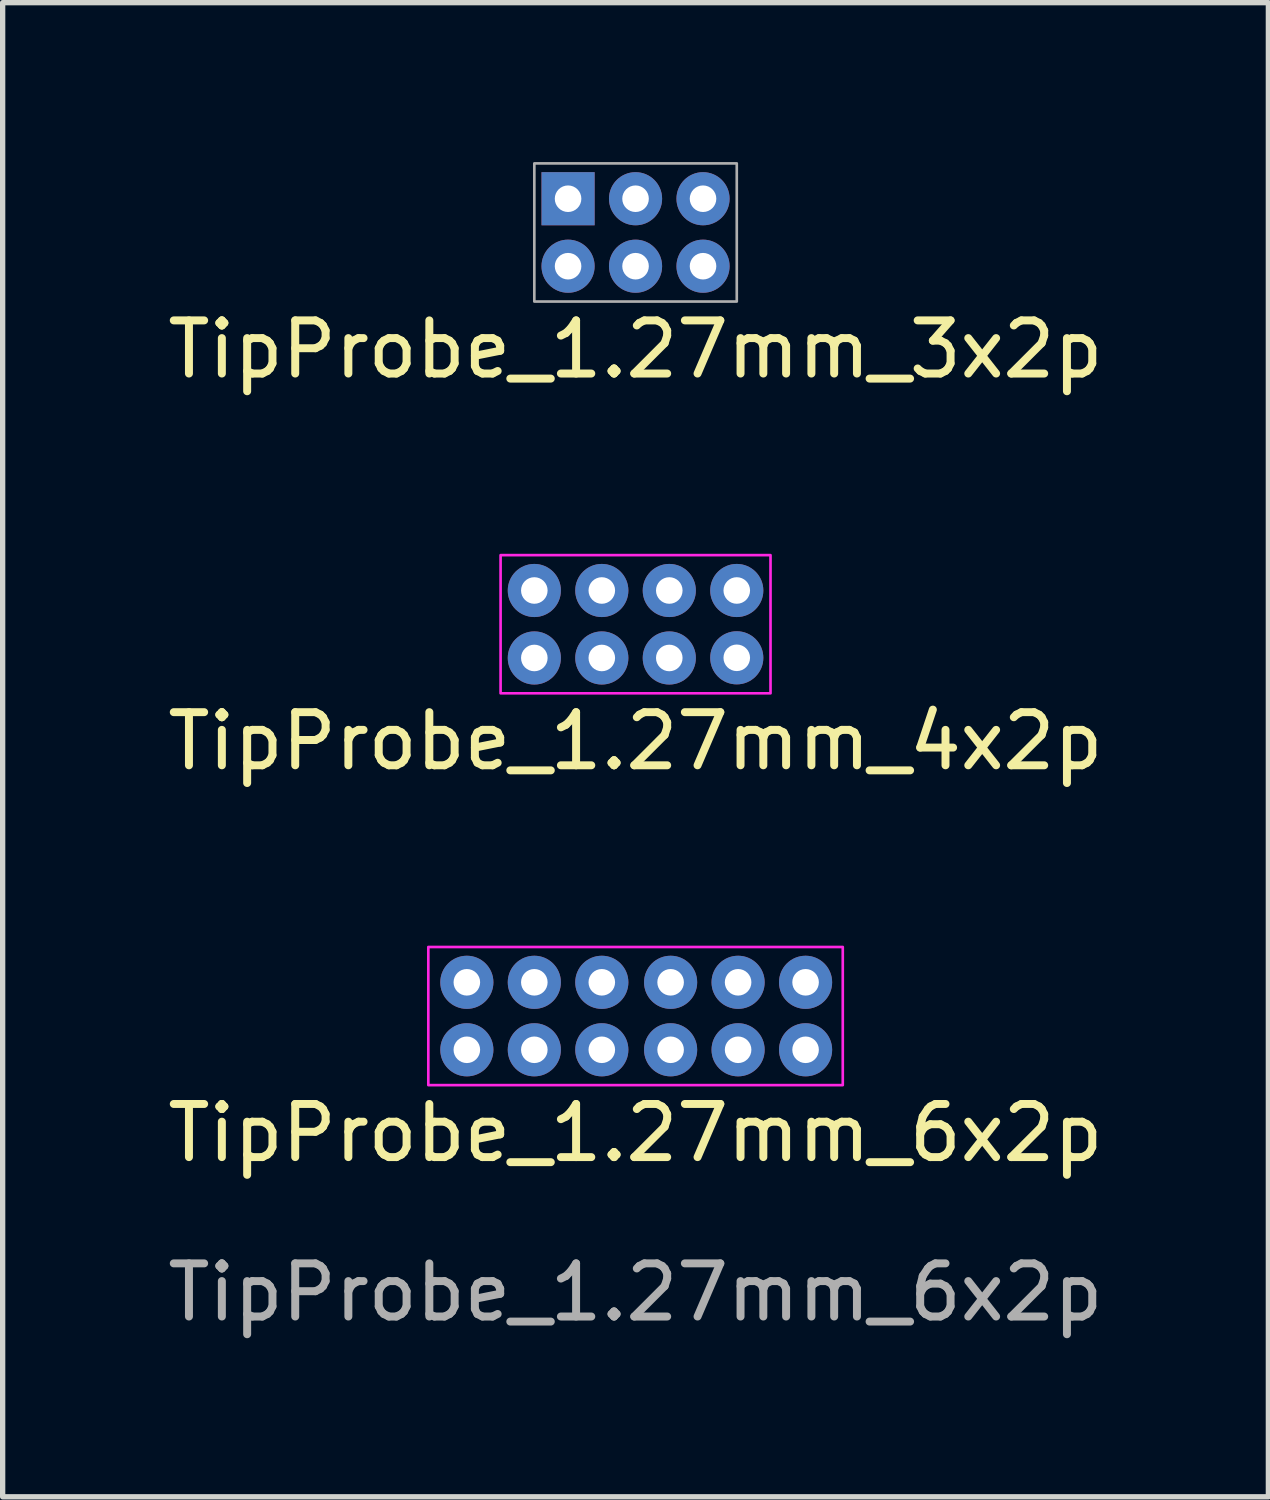
<source format=kicad_pcb>
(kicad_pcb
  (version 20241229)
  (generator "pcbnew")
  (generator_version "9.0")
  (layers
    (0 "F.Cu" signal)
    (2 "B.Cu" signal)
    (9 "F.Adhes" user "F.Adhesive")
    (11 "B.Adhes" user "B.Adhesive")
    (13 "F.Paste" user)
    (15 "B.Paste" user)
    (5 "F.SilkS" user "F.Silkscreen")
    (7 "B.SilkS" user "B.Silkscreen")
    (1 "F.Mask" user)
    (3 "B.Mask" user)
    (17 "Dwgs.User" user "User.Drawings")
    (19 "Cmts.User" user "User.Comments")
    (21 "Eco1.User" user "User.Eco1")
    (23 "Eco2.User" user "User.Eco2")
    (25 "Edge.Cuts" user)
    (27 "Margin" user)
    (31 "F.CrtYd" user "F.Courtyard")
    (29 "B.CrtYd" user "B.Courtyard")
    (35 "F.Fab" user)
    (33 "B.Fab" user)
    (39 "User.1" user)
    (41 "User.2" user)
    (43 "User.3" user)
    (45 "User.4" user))
  (footprint "TipProbe_1.27mm_4x2p"
    (layer "F.Cu")
    (at 8.911 8.698)
    (property "Reference" "TipProbe_1.27mm_4x2p" (at 0 2.2 0) (unlocked yes) (layer "F.SilkS") (effects (font (size 1 1) (thickness 0.15))))
    (attr smd)
    (fp_rect (start -2.54 -1.3) (end 2.54 1.3) (stroke (width 0.05) (type solid)) (fill no) (layer "F.CrtYd"))
    (pad "1" thru_hole circle (at -1.905 -0.635) (size 1 1) (drill 0.5) (layers "*.Cu" "*.Mask"))
    (pad "2" thru_hole circle (at -0.635 -0.635) (size 1 1) (drill 0.5) (layers "*.Cu" "*.Mask"))
    (pad "3" thru_hole circle (at 0.635 -0.635) (size 1 1) (drill 0.5) (layers "*.Cu" "*.Mask"))
    (pad "4" thru_hole circle (at 1.905 -0.635) (size 1 1) (drill 0.5) (layers "*.Cu" "*.Mask"))
    (pad "5" thru_hole circle (at -1.905 0.635) (size 1 1) (drill 0.5) (layers "*.Cu" "*.Mask"))
    (pad "6" thru_hole circle (at -0.635 0.635) (size 1 1) (drill 0.5) (layers "*.Cu" "*.Mask"))
    (pad "7" thru_hole circle (at 0.635 0.635) (size 1 1) (drill 0.5) (layers "*.Cu" "*.Mask"))
    (pad "8" thru_hole circle (at 1.905 0.632) (size 1 1) (drill 0.5) (layers "*.Cu" "*.Mask")))
  (footprint "TipProbe_1.27mm_6x2p"
    (layer "F.Cu")
    (at 8.911 16.072)
    (property "Reference" "TipProbe_1.27mm_6x2p" (at 0 2.2 0) (unlocked yes) (layer "F.SilkS") (effects (font (size 1 1) (thickness 0.15))))
    (attr smd)
    (fp_rect (start -3.9 -1.3) (end 3.9 1.3) (stroke (width 0.05) (type solid)) (fill no) (layer "F.CrtYd"))
    (fp_text user "${REFERENCE}" (at 0 5.2 0) (unlocked yes) (layer "F.Fab") (effects (font (size 1 1) (thickness 0.15))))
    (pad "1" thru_hole circle (at -3.175 -0.635) (size 1 1) (drill 0.5) (layers "*.Cu" "*.Mask"))
    (pad "2" thru_hole circle (at -1.905 -0.635) (size 1 1) (drill 0.5) (layers "*.Cu" "*.Mask"))
    (pad "3" thru_hole circle (at -0.635 -0.635) (size 1 1) (drill 0.5) (layers "*.Cu" "*.Mask"))
    (pad "4" thru_hole circle (at 0.66 -0.635) (size 1 1) (drill 0.5) (layers "*.Cu" "*.Mask"))
    (pad "5" thru_hole circle (at 1.93 -0.635) (size 1 1) (drill 0.5) (layers "*.Cu" "*.Mask"))
    (pad "6" thru_hole circle (at 3.2 -0.635) (size 1 1) (drill 0.5) (layers "*.Cu" "*.Mask"))
    (pad "7" thru_hole circle (at -3.175 0.635) (size 1 1) (drill 0.5) (layers "*.Cu" "*.Mask"))
    (pad "8" thru_hole circle (at -1.905 0.635) (size 1 1) (drill 0.5) (layers "*.Cu" "*.Mask"))
    (pad "9" thru_hole circle (at -0.635 0.635) (size 1 1) (drill 0.5) (layers "*.Cu" "*.Mask"))
    (pad "10" thru_hole circle (at 0.66 0.635) (size 1 1) (drill 0.5) (layers "*.Cu" "*.Mask"))
    (pad "11" thru_hole circle (at 1.93 0.635) (size 1 1) (drill 0.5) (layers "*.Cu" "*.Mask"))
    (pad "12" thru_hole circle (at 3.2 0.635) (size 1 1) (drill 0.5) (layers "*.Cu" "*.Mask")))
  (footprint "TipProbe_1.27mm_3x2p"
    (layer "F.Cu")
    (at 8.911 1.325)
    (property "Reference" "TipProbe_1.27mm_3x2p" (at 0 2.2 0) (unlocked yes) (layer "F.SilkS") (effects (font (size 1 1) (thickness 0.15))))
    (attr smd)
    (fp_rect (start -1.905 -1.3) (end 1.905 1.3) (stroke (width 0.05) (type solid)) (fill no) (layer "F.Fab"))
    (pad "1" thru_hole rect (at -1.27 -0.635) (size 1 1) (drill 0.5) (layers "*.Cu" "*.Mask"))
    (pad "2" thru_hole circle (at 0 -0.635) (size 1 1) (drill 0.5) (layers "*.Cu" "*.Mask"))
    (pad "3" thru_hole circle (at 1.27 -0.635) (size 1 1) (drill 0.5) (layers "*.Cu" "*.Mask"))
    (pad "4" thru_hole circle (at -1.27 0.635) (size 1 1) (drill 0.5) (layers "*.Cu" "*.Mask"))
    (pad "5" thru_hole circle (at 0 0.635) (size 1 1) (drill 0.5) (layers "*.Cu" "*.Mask"))
    (pad "6" thru_hole circle (at 1.27 0.635) (size 1 1) (drill 0.5) (layers "*.Cu" "*.Mask")))
  (gr_rect
    (start -3 -3)
    (end 20.821 25.12)
    (stroke (width 0.1) (type default))
    (fill no)
    (layer "Edge.Cuts")))
</source>
